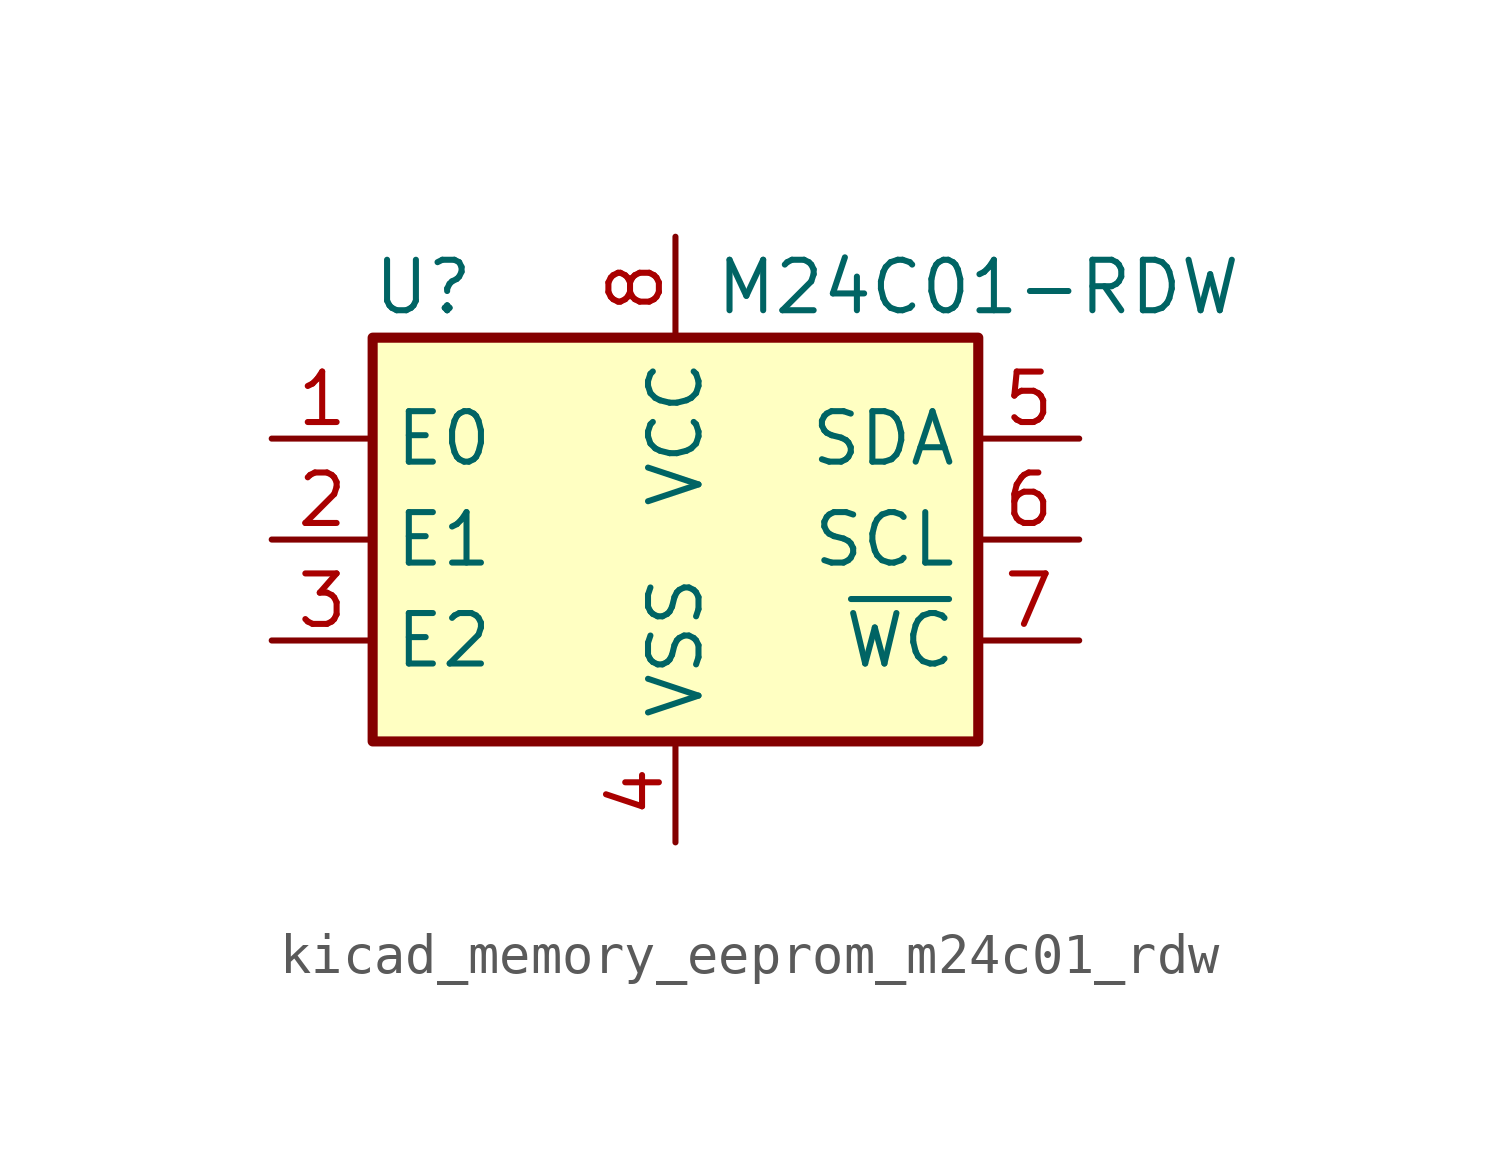
<source format=kicad_sym>
(kicad_symbol_lib
  (version 20220914)
  (generator kicad_symbol_editor)
  (symbol "kicad_memory_eeprom_m24c01_rdw"
    (property "Reference" "U"
      (at -6.35 6.35 0)
      (effects (font (size 1.27 1.27))))
    (property "Value" "M24C01-RDW"
      (at 7.62 6.35 0)
      (effects (font (size 1.27 1.27))))
    (symbol "kicad_memory_eeprom_m24c01_rdw_0_1"
      (rectangle (start -7.62 5.08) (end 7.62 -5.08) (stroke (width 0.254) (type default)) (fill (type background))))
    (symbol "kicad_memory_eeprom_m24c01_rdw_1_1"
      (pin input line (at -10.16 2.54 0) (length 2.54) (name "E0" (effects (font (size 1.27 1.27)))) (number "1" (effects (font (size 1.27 1.27)))))
      (pin input line (at -10.16 0 0) (length 2.54) (name "E1" (effects (font (size 1.27 1.27)))) (number "2" (effects (font (size 1.27 1.27)))))
      (pin input line (at -10.16 -2.54 0) (length 2.54) (name "E2" (effects (font (size 1.27 1.27)))) (number "3" (effects (font (size 1.27 1.27)))))
      (pin power_in line (at 0 -7.62 90) (length 2.54) (name "VSS" (effects (font (size 1.27 1.27)))) (number "4" (effects (font (size 1.27 1.27)))))
      (pin bidirectional line (at 10.16 2.54 180) (length 2.54) (name "SDA" (effects (font (size 1.27 1.27)))) (number "5" (effects (font (size 1.27 1.27)))))
      (pin input line (at 10.16 0 180) (length 2.54) (name "SCL" (effects (font (size 1.27 1.27)))) (number "6" (effects (font (size 1.27 1.27)))))
      (pin input line (at 10.16 -2.54 180) (length 2.54) (name "~{WC}" (effects (font (size 1.27 1.27)))) (number "7" (effects (font (size 1.27 1.27)))))
      (pin power_in line (at 0 7.62 270) (length 2.54) (name "VCC" (effects (font (size 1.27 1.27)))) (number "8" (effects (font (size 1.27 1.27))))))))
</source>
